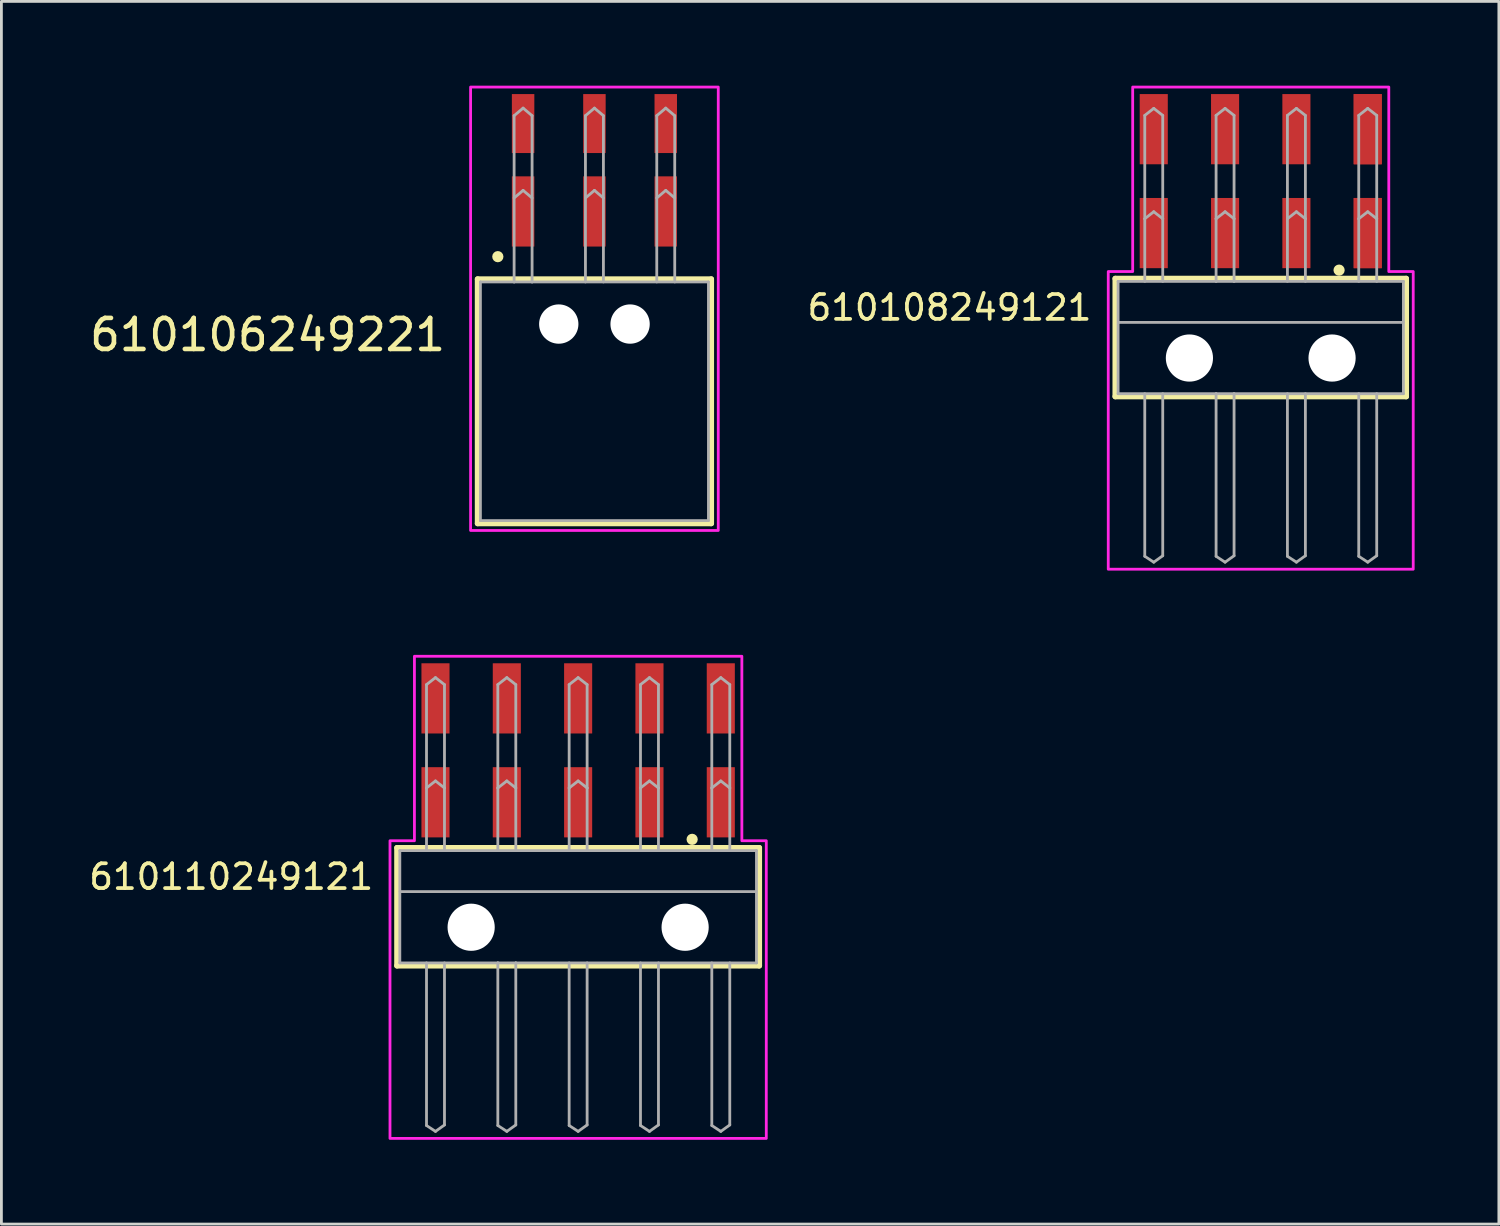
<source format=kicad_pcb>
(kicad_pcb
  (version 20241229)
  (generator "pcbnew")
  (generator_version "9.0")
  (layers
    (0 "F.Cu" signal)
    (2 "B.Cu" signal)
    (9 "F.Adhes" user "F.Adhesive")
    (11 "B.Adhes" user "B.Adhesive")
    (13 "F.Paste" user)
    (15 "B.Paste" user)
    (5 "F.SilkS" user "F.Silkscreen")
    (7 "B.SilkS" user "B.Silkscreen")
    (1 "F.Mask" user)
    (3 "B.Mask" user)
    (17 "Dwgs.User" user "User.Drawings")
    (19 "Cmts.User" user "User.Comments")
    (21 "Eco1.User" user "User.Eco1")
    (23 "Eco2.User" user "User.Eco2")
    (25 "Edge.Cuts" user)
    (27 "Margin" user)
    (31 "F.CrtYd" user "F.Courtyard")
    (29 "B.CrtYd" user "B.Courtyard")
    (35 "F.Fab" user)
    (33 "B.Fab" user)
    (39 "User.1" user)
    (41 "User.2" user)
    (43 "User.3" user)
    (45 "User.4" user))
  (footprint "610106249221"
    (layer "F.Cu")
    (at 18.118 11.24)
    (property "Reference" "610106249221" (at -5.216 -1.72 0) (unlocked yes) (layer "F.SilkS") (effects (font (size 1.105 1.105) (thickness 0.165)) (justify right bottom)))
    (fp_line (start -4.16 -4.35) (end 4.16 -4.35) (stroke (width 0.2) (type solid)) (layer "F.SilkS"))
    (fp_line (start -4.16 4.35) (end -4.16 -4.35) (stroke (width 0.2) (type solid)) (layer "F.SilkS"))
    (fp_line (start 4.16 -4.35) (end 4.16 4.35) (stroke (width 0.2) (type solid)) (layer "F.SilkS"))
    (fp_line (start 4.16 4.35) (end -4.16 4.35) (stroke (width 0.2) (type solid)) (layer "F.SilkS"))
    (fp_circle (center -3.44 -5.15) (end -3.34 -5.15) (stroke (width 0.2) (type solid)) (fill no) (layer "F.SilkS"))
    (fp_poly (pts (xy 4.41 4.6) (xy -4.41 4.6) (xy -4.41 -11.19) (xy 4.41 -11.19)) (stroke (width 0.1) (type default)) (fill no) (layer "F.CrtYd"))
    (fp_line (start -4.06 -4.25) (end -4.06 4.25) (stroke (width 0.1) (type solid)) (layer "F.Fab"))
    (fp_line (start -2.86 -10.17) (end -2.86 -4.25) (stroke (width 0.1) (type solid)) (layer "F.Fab"))
    (fp_line (start -2.86 -10.17) (end -2.54 -10.44) (stroke (width 0.1) (type solid)) (layer "F.Fab"))
    (fp_line (start -2.86 -7.24) (end -2.54 -7.51) (stroke (width 0.1) (type solid)) (layer "F.Fab"))
    (fp_line (start -2.86 -4.25) (end -4.06 -4.25) (stroke (width 0.1) (type solid)) (layer "F.Fab"))
    (fp_line (start -2.54 -10.44) (end -2.22 -10.17) (stroke (width 0.1) (type solid)) (layer "F.Fab"))
    (fp_line (start -2.54 -7.51) (end -2.22 -7.24) (stroke (width 0.1) (type solid)) (layer "F.Fab"))
    (fp_line (start -2.22 -10.17) (end -2.22 -4.25) (stroke (width 0.1) (type solid)) (layer "F.Fab"))
    (fp_line (start -2.22 -4.25) (end -2.86 -4.25) (stroke (width 0.1) (type solid)) (layer "F.Fab"))
    (fp_line (start -0.32 -10.17) (end -0.32 -4.25) (stroke (width 0.1) (type solid)) (layer "F.Fab"))
    (fp_line (start -0.32 -10.17) (end 0 -10.44) (stroke (width 0.1) (type solid)) (layer "F.Fab"))
    (fp_line (start -0.32 -7.24) (end 0 -7.51) (stroke (width 0.1) (type solid)) (layer "F.Fab"))
    (fp_line (start 0 -10.44) (end 0.32 -10.17) (stroke (width 0.1) (type solid)) (layer "F.Fab"))
    (fp_line (start 0 -7.51) (end 0.32 -7.24) (stroke (width 0.1) (type solid)) (layer "F.Fab"))
    (fp_line (start 0.32 -10.17) (end 0.32 -4.25) (stroke (width 0.1) (type solid)) (layer "F.Fab"))
    (fp_line (start 2.22 -10.17) (end 2.22 -4.25) (stroke (width 0.1) (type solid)) (layer "F.Fab"))
    (fp_line (start 2.22 -10.17) (end 2.54 -10.44) (stroke (width 0.1) (type solid)) (layer "F.Fab"))
    (fp_line (start 2.22 -7.24) (end 2.54 -7.51) (stroke (width 0.1) (type solid)) (layer "F.Fab"))
    (fp_line (start 2.54 -10.44) (end 2.86 -10.17) (stroke (width 0.1) (type solid)) (layer "F.Fab"))
    (fp_line (start 2.54 -7.51) (end 2.86 -7.24) (stroke (width 0.1) (type solid)) (layer "F.Fab"))
    (fp_line (start 2.86 -10.17) (end 2.86 -4.25) (stroke (width 0.1) (type solid)) (layer "F.Fab"))
    (fp_line (start 4.06 -4.25) (end -2.22 -4.25) (stroke (width 0.1) (type solid)) (layer "F.Fab"))
    (fp_line (start 4.06 -4.25) (end 4.06 4.25) (stroke (width 0.1) (type solid)) (layer "F.Fab"))
    (fp_line (start 4.06 4.25) (end -4.06 4.25) (stroke (width 0.1) (type solid)) (layer "F.Fab"))
    (pad "" np_thru_hole circle (at -1.27 -2.75) (size 1.4 1.4) (drill 1.4) (layers "*.Cu" "*.Mask"))
    (pad "" np_thru_hole circle (at 1.27 -2.75) (size 1.4 1.4) (drill 1.4) (layers "*.Cu" "*.Mask"))
    (pad "1" smd rect (at -2.54 -6.76 180) (size 0.8 2.5) (layers "F.Cu" "F.Mask" "F.Paste"))
    (pad "2" smd rect (at -2.54 -9.89 180) (size 0.8 2.1) (layers "F.Cu" "F.Mask" "F.Paste"))
    (pad "3" smd rect (at 0 -6.76 180) (size 0.8 2.5) (layers "F.Cu" "F.Mask" "F.Paste"))
    (pad "4" smd rect (at 0 -9.89 180) (size 0.8 2.1) (layers "F.Cu" "F.Mask" "F.Paste"))
    (pad "5" smd rect (at 2.54 -6.76 180) (size 0.8 2.5) (layers "F.Cu" "F.Mask" "F.Paste"))
    (pad "6" smd rect (at 2.54 -9.89 180) (size 0.8 2.1) (layers "F.Cu" "F.Mask" "F.Paste")))
  (footprint "610108249121"
    (layer "F.Cu")
    (at 41.846 9.7)
    (property "Reference" "610108249121" (at -5.946 -1.28 0) (unlocked yes) (layer "F.SilkS") (effects (font (size 0.884 0.884) (thickness 0.132)) (justify right bottom)))
    (fp_line (start -5.18 -2.83) (end 5.18 -2.83) (stroke (width 0.2) (type solid)) (layer "F.SilkS"))
    (fp_line (start -5.18 1.37) (end -5.18 -2.83) (stroke (width 0.2) (type solid)) (layer "F.SilkS"))
    (fp_line (start 5.18 -2.83) (end 5.18 1.37) (stroke (width 0.2) (type solid)) (layer "F.SilkS"))
    (fp_line (start 5.18 1.37) (end -5.18 1.37) (stroke (width 0.2) (type solid)) (layer "F.SilkS"))
    (fp_circle (center 2.79 -3.13) (end 2.89 -3.13) (stroke (width 0.2) (type solid)) (fill no) (layer "F.SilkS"))
    (fp_poly (pts (xy 4.56 -3.08) (xy 5.43 -3.08) (xy 5.43 7.52) (xy -5.43 7.52) (xy -5.43 -3.08) (xy -4.56 -3.08) (xy -4.56 -9.65) (xy 4.56 -9.65)) (stroke (width 0.1) (type default)) (fill no) (layer "F.CrtYd"))
    (fp_line (start -5.08 -2.73) (end -5.08 1.27) (stroke (width 0.1) (type solid)) (layer "F.Fab"))
    (fp_line (start -5.07 -1.27) (end 5.07 -1.27) (stroke (width 0.1) (type solid)) (layer "F.Fab"))
    (fp_line (start -4.13 -4.96) (end -4.13 -8.64) (stroke (width 0.1) (type solid)) (layer "F.Fab"))
    (fp_line (start -4.13 -2.73) (end -4.13 -4.96) (stroke (width 0.1) (type solid)) (layer "F.Fab"))
    (fp_line (start -4.13 1.27) (end -4.13 7.06) (stroke (width 0.1) (type solid)) (layer "F.Fab"))
    (fp_line (start -4.13 7.06) (end -3.81 7.27) (stroke (width 0.1) (type solid)) (layer "F.Fab"))
    (fp_line (start -3.81 -8.89) (end -4.13 -8.64) (stroke (width 0.1) (type solid)) (layer "F.Fab"))
    (fp_line (start -3.81 -8.89) (end -3.49 -8.64) (stroke (width 0.1) (type solid)) (layer "F.Fab"))
    (fp_line (start -3.81 -5.21) (end -4.13 -4.96) (stroke (width 0.1) (type solid)) (layer "F.Fab"))
    (fp_line (start -3.81 -5.21) (end -3.49 -4.96) (stroke (width 0.1) (type solid)) (layer "F.Fab"))
    (fp_line (start -3.81 7.27) (end -3.49 7.04) (stroke (width 0.1) (type solid)) (layer "F.Fab"))
    (fp_line (start -3.49 -8.64) (end -3.49 -4.96) (stroke (width 0.1) (type solid)) (layer "F.Fab"))
    (fp_line (start -3.49 -4.96) (end -3.49 -2.73) (stroke (width 0.1) (type solid)) (layer "F.Fab"))
    (fp_line (start -3.49 7.04) (end -3.49 1.27) (stroke (width 0.1) (type solid)) (layer "F.Fab"))
    (fp_line (start -1.59 -4.96) (end -1.59 -8.64) (stroke (width 0.1) (type solid)) (layer "F.Fab"))
    (fp_line (start -1.59 -2.73) (end -5.08 -2.73) (stroke (width 0.1) (type solid)) (layer "F.Fab"))
    (fp_line (start -1.59 -2.73) (end -1.59 -4.96) (stroke (width 0.1) (type solid)) (layer "F.Fab"))
    (fp_line (start -1.59 1.27) (end -5.08 1.27) (stroke (width 0.1) (type solid)) (layer "F.Fab"))
    (fp_line (start -1.59 1.27) (end -1.59 7.06) (stroke (width 0.1) (type solid)) (layer "F.Fab"))
    (fp_line (start -1.59 7.06) (end -1.27 7.27) (stroke (width 0.1) (type solid)) (layer "F.Fab"))
    (fp_line (start -1.27 -8.89) (end -1.59 -8.64) (stroke (width 0.1) (type solid)) (layer "F.Fab"))
    (fp_line (start -1.27 -8.89) (end -0.95 -8.64) (stroke (width 0.1) (type solid)) (layer "F.Fab"))
    (fp_line (start -1.27 -5.21) (end -1.59 -4.96) (stroke (width 0.1) (type solid)) (layer "F.Fab"))
    (fp_line (start -1.27 -5.21) (end -0.95 -4.96) (stroke (width 0.1) (type solid)) (layer "F.Fab"))
    (fp_line (start -1.27 7.27) (end -0.95 7.04) (stroke (width 0.1) (type solid)) (layer "F.Fab"))
    (fp_line (start -0.95 -8.64) (end -0.95 -4.96) (stroke (width 0.1) (type solid)) (layer "F.Fab"))
    (fp_line (start -0.95 -4.96) (end -0.95 -2.73) (stroke (width 0.1) (type solid)) (layer "F.Fab"))
    (fp_line (start -0.95 -2.73) (end -1.59 -2.73) (stroke (width 0.1) (type solid)) (layer "F.Fab"))
    (fp_line (start -0.95 1.27) (end -1.59 1.27) (stroke (width 0.1) (type solid)) (layer "F.Fab"))
    (fp_line (start -0.95 7.04) (end -0.95 1.27) (stroke (width 0.1) (type solid)) (layer "F.Fab"))
    (fp_line (start 0.95 -4.96) (end 0.95 -8.64) (stroke (width 0.1) (type solid)) (layer "F.Fab"))
    (fp_line (start 0.95 -2.73) (end 0.95 -4.96) (stroke (width 0.1) (type solid)) (layer "F.Fab"))
    (fp_line (start 0.95 1.27) (end 0.95 7.06) (stroke (width 0.1) (type solid)) (layer "F.Fab"))
    (fp_line (start 0.95 7.06) (end 1.27 7.27) (stroke (width 0.1) (type solid)) (layer "F.Fab"))
    (fp_line (start 1.27 -8.89) (end 0.95 -8.64) (stroke (width 0.1) (type solid)) (layer "F.Fab"))
    (fp_line (start 1.27 -8.89) (end 1.59 -8.64) (stroke (width 0.1) (type solid)) (layer "F.Fab"))
    (fp_line (start 1.27 -5.21) (end 0.95 -4.96) (stroke (width 0.1) (type solid)) (layer "F.Fab"))
    (fp_line (start 1.27 -5.21) (end 1.59 -4.96) (stroke (width 0.1) (type solid)) (layer "F.Fab"))
    (fp_line (start 1.27 7.27) (end 1.59 7.04) (stroke (width 0.1) (type solid)) (layer "F.Fab"))
    (fp_line (start 1.59 -8.64) (end 1.59 -4.96) (stroke (width 0.1) (type solid)) (layer "F.Fab"))
    (fp_line (start 1.59 -4.96) (end 1.59 -2.73) (stroke (width 0.1) (type solid)) (layer "F.Fab"))
    (fp_line (start 1.59 7.04) (end 1.59 1.27) (stroke (width 0.1) (type solid)) (layer "F.Fab"))
    (fp_line (start 3.49 -4.96) (end 3.49 -8.64) (stroke (width 0.1) (type solid)) (layer "F.Fab"))
    (fp_line (start 3.49 -2.73) (end 3.49 -4.96) (stroke (width 0.1) (type solid)) (layer "F.Fab"))
    (fp_line (start 3.49 1.27) (end 3.49 7.06) (stroke (width 0.1) (type solid)) (layer "F.Fab"))
    (fp_line (start 3.49 7.06) (end 3.81 7.27) (stroke (width 0.1) (type solid)) (layer "F.Fab"))
    (fp_line (start 3.81 -8.89) (end 3.49 -8.64) (stroke (width 0.1) (type solid)) (layer "F.Fab"))
    (fp_line (start 3.81 -8.89) (end 4.13 -8.64) (stroke (width 0.1) (type solid)) (layer "F.Fab"))
    (fp_line (start 3.81 -5.21) (end 3.49 -4.96) (stroke (width 0.1) (type solid)) (layer "F.Fab"))
    (fp_line (start 3.81 -5.21) (end 4.13 -4.96) (stroke (width 0.1) (type solid)) (layer "F.Fab"))
    (fp_line (start 3.81 7.27) (end 4.13 7.04) (stroke (width 0.1) (type solid)) (layer "F.Fab"))
    (fp_line (start 4.13 -8.64) (end 4.13 -4.96) (stroke (width 0.1) (type solid)) (layer "F.Fab"))
    (fp_line (start 4.13 -4.96) (end 4.13 -2.73) (stroke (width 0.1) (type solid)) (layer "F.Fab"))
    (fp_line (start 4.13 7.04) (end 4.13 1.27) (stroke (width 0.1) (type solid)) (layer "F.Fab"))
    (fp_line (start 5.08 -2.73) (end -0.95 -2.73) (stroke (width 0.1) (type solid)) (layer "F.Fab"))
    (fp_line (start 5.08 -2.73) (end 5.08 1.27) (stroke (width 0.1) (type solid)) (layer "F.Fab"))
    (fp_line (start 5.08 1.27) (end -0.95 1.27) (stroke (width 0.1) (type solid)) (layer "F.Fab"))
    (pad "" np_thru_hole circle (at -2.54 0) (size 1.68 1.68) (drill 1.68) (layers "*.Cu" "*.Mask"))
    (pad "" np_thru_hole circle (at 2.54 0) (size 1.68 1.68) (drill 1.68) (layers "*.Cu" "*.Mask"))
    (pad "1" smd rect (at 3.81 -4.45) (size 1 2.5) (layers "F.Cu" "F.Mask" "F.Paste"))
    (pad "2" smd rect (at 3.81 -8.15) (size 1 2.5) (layers "F.Cu" "F.Mask" "F.Paste"))
    (pad "3" smd rect (at 1.27 -4.45) (size 1 2.5) (layers "F.Cu" "F.Mask" "F.Paste"))
    (pad "4" smd rect (at 1.27 -8.15) (size 1 2.5) (layers "F.Cu" "F.Mask" "F.Paste"))
    (pad "5" smd rect (at -1.27 -4.45) (size 1 2.5) (layers "F.Cu" "F.Mask" "F.Paste"))
    (pad "6" smd rect (at -1.27 -8.15 180) (size 1 2.5) (layers "F.Cu" "F.Mask" "F.Paste"))
    (pad "7" smd rect (at -3.81 -4.45) (size 1 2.5) (layers "F.Cu" "F.Mask" "F.Paste"))
    (pad "8" smd rect (at -3.81 -8.15 180) (size 1 2.5) (layers "F.Cu" "F.Mask" "F.Paste"))
    (pad "9" smd rect (at 3.81 -8.15) (size 1 2.5) (layers "F.Cu" "F.Mask" "F.Paste"))
    (pad "10" smd rect (at 3.81 -4.45) (size 1 2.5) (layers "F.Cu" "F.Mask" "F.Paste")))
  (footprint "610110249121"
    (layer "F.Cu")
    (at 17.538 29.97)
    (property "Reference" "610110249121" (at -7.216 -1.28 0) (unlocked yes) (layer "F.SilkS") (effects (font (size 0.884 0.884) (thickness 0.132)) (justify right bottom)))
    (fp_line (start -6.45 -2.83) (end 6.45 -2.83) (stroke (width 0.2) (type solid)) (layer "F.SilkS"))
    (fp_line (start -6.45 1.37) (end -6.45 -2.83) (stroke (width 0.2) (type solid)) (layer "F.SilkS"))
    (fp_line (start 6.45 -2.83) (end 6.45 1.37) (stroke (width 0.2) (type solid)) (layer "F.SilkS"))
    (fp_line (start 6.45 1.37) (end -6.45 1.37) (stroke (width 0.2) (type solid)) (layer "F.SilkS"))
    (fp_circle (center 4.06 -3.13) (end 4.16 -3.13) (stroke (width 0.2) (type solid)) (fill no) (layer "F.SilkS"))
    (fp_poly (pts (xy 5.83 -3.08) (xy 6.7 -3.08) (xy 6.7 7.52) (xy -6.7 7.52) (xy -6.7 -3.08) (xy -5.83 -3.08) (xy -5.83 -9.65) (xy 5.83 -9.65)) (stroke (width 0.1) (type default)) (fill no) (layer "F.CrtYd"))
    (fp_line (start -6.35 -2.73) (end -6.35 1.27) (stroke (width 0.1) (type solid)) (layer "F.Fab"))
    (fp_line (start -6.34 -1.27) (end 6.34 -1.27) (stroke (width 0.1) (type solid)) (layer "F.Fab"))
    (fp_line (start -5.4 -4.96) (end -5.4 -8.64) (stroke (width 0.1) (type solid)) (layer "F.Fab"))
    (fp_line (start -5.4 -2.73) (end -5.4 -4.96) (stroke (width 0.1) (type solid)) (layer "F.Fab"))
    (fp_line (start -5.4 1.27) (end -5.4 7.06) (stroke (width 0.1) (type solid)) (layer "F.Fab"))
    (fp_line (start -5.4 7.06) (end -5.08 7.27) (stroke (width 0.1) (type solid)) (layer "F.Fab"))
    (fp_line (start -5.08 -8.89) (end -5.4 -8.64) (stroke (width 0.1) (type solid)) (layer "F.Fab"))
    (fp_line (start -5.08 -8.89) (end -4.76 -8.64) (stroke (width 0.1) (type solid)) (layer "F.Fab"))
    (fp_line (start -5.08 -5.21) (end -5.4 -4.96) (stroke (width 0.1) (type solid)) (layer "F.Fab"))
    (fp_line (start -5.08 -5.21) (end -4.76 -4.96) (stroke (width 0.1) (type solid)) (layer "F.Fab"))
    (fp_line (start -5.08 7.27) (end -4.76 7.04) (stroke (width 0.1) (type solid)) (layer "F.Fab"))
    (fp_line (start -4.76 -8.64) (end -4.76 -4.96) (stroke (width 0.1) (type solid)) (layer "F.Fab"))
    (fp_line (start -4.76 -4.96) (end -4.76 -2.73) (stroke (width 0.1) (type solid)) (layer "F.Fab"))
    (fp_line (start -4.76 7.04) (end -4.76 1.27) (stroke (width 0.1) (type solid)) (layer "F.Fab"))
    (fp_line (start -2.86 -4.96) (end -2.86 -8.64) (stroke (width 0.1) (type solid)) (layer "F.Fab"))
    (fp_line (start -2.86 -2.73) (end -6.35 -2.73) (stroke (width 0.1) (type solid)) (layer "F.Fab"))
    (fp_line (start -2.86 -2.73) (end -2.86 -4.96) (stroke (width 0.1) (type solid)) (layer "F.Fab"))
    (fp_line (start -2.86 1.27) (end -6.35 1.27) (stroke (width 0.1) (type solid)) (layer "F.Fab"))
    (fp_line (start -2.86 1.27) (end -2.86 7.06) (stroke (width 0.1) (type solid)) (layer "F.Fab"))
    (fp_line (start -2.86 7.06) (end -2.54 7.27) (stroke (width 0.1) (type solid)) (layer "F.Fab"))
    (fp_line (start -2.54 -8.89) (end -2.86 -8.64) (stroke (width 0.1) (type solid)) (layer "F.Fab"))
    (fp_line (start -2.54 -8.89) (end -2.22 -8.64) (stroke (width 0.1) (type solid)) (layer "F.Fab"))
    (fp_line (start -2.54 -5.21) (end -2.86 -4.96) (stroke (width 0.1) (type solid)) (layer "F.Fab"))
    (fp_line (start -2.54 -5.21) (end -2.22 -4.96) (stroke (width 0.1) (type solid)) (layer "F.Fab"))
    (fp_line (start -2.54 7.27) (end -2.22 7.04) (stroke (width 0.1) (type solid)) (layer "F.Fab"))
    (fp_line (start -2.22 -8.64) (end -2.22 -4.96) (stroke (width 0.1) (type solid)) (layer "F.Fab"))
    (fp_line (start -2.22 -4.96) (end -2.22 -2.73) (stroke (width 0.1) (type solid)) (layer "F.Fab"))
    (fp_line (start -2.22 -2.73) (end -2.86 -2.73) (stroke (width 0.1) (type solid)) (layer "F.Fab"))
    (fp_line (start -2.22 1.27) (end -2.86 1.27) (stroke (width 0.1) (type solid)) (layer "F.Fab"))
    (fp_line (start -2.22 7.04) (end -2.22 1.27) (stroke (width 0.1) (type solid)) (layer "F.Fab"))
    (fp_line (start -0.32 -4.96) (end -0.32 -8.64) (stroke (width 0.1) (type solid)) (layer "F.Fab"))
    (fp_line (start -0.32 -2.73) (end -0.32 -4.96) (stroke (width 0.1) (type solid)) (layer "F.Fab"))
    (fp_line (start -0.32 1.27) (end -0.32 7.06) (stroke (width 0.1) (type solid)) (layer "F.Fab"))
    (fp_line (start -0.32 7.06) (end 0 7.27) (stroke (width 0.1) (type solid)) (layer "F.Fab"))
    (fp_line (start 0 -8.89) (end -0.32 -8.64) (stroke (width 0.1) (type solid)) (layer "F.Fab"))
    (fp_line (start 0 -8.89) (end 0.32 -8.64) (stroke (width 0.1) (type solid)) (layer "F.Fab"))
    (fp_line (start 0 -5.21) (end -0.32 -4.96) (stroke (width 0.1) (type solid)) (layer "F.Fab"))
    (fp_line (start 0 -5.21) (end 0.32 -4.96) (stroke (width 0.1) (type solid)) (layer "F.Fab"))
    (fp_line (start 0 7.27) (end 0.32 7.04) (stroke (width 0.1) (type solid)) (layer "F.Fab"))
    (fp_line (start 0.32 -8.64) (end 0.32 -4.96) (stroke (width 0.1) (type solid)) (layer "F.Fab"))
    (fp_line (start 0.32 -4.96) (end 0.32 -2.73) (stroke (width 0.1) (type solid)) (layer "F.Fab"))
    (fp_line (start 0.32 7.04) (end 0.32 1.27) (stroke (width 0.1) (type solid)) (layer "F.Fab"))
    (fp_line (start 2.22 -4.96) (end 2.22 -8.64) (stroke (width 0.1) (type solid)) (layer "F.Fab"))
    (fp_line (start 2.22 -2.73) (end 2.22 -4.96) (stroke (width 0.1) (type solid)) (layer "F.Fab"))
    (fp_line (start 2.22 1.27) (end 2.22 7.06) (stroke (width 0.1) (type solid)) (layer "F.Fab"))
    (fp_line (start 2.22 7.06) (end 2.54 7.27) (stroke (width 0.1) (type solid)) (layer "F.Fab"))
    (fp_line (start 2.54 -8.89) (end 2.22 -8.64) (stroke (width 0.1) (type solid)) (layer "F.Fab"))
    (fp_line (start 2.54 -8.89) (end 2.86 -8.64) (stroke (width 0.1) (type solid)) (layer "F.Fab"))
    (fp_line (start 2.54 -5.21) (end 2.22 -4.96) (stroke (width 0.1) (type solid)) (layer "F.Fab"))
    (fp_line (start 2.54 -5.21) (end 2.86 -4.96) (stroke (width 0.1) (type solid)) (layer "F.Fab"))
    (fp_line (start 2.54 7.27) (end 2.86 7.04) (stroke (width 0.1) (type solid)) (layer "F.Fab"))
    (fp_line (start 2.86 -8.64) (end 2.86 -4.96) (stroke (width 0.1) (type solid)) (layer "F.Fab"))
    (fp_line (start 2.86 -4.96) (end 2.86 -2.73) (stroke (width 0.1) (type solid)) (layer "F.Fab"))
    (fp_line (start 2.86 7.04) (end 2.86 1.27) (stroke (width 0.1) (type solid)) (layer "F.Fab"))
    (fp_line (start 4.76 -4.96) (end 4.76 -8.64) (stroke (width 0.1) (type solid)) (layer "F.Fab"))
    (fp_line (start 4.76 -2.73) (end 4.76 -4.96) (stroke (width 0.1) (type solid)) (layer "F.Fab"))
    (fp_line (start 4.76 1.27) (end 4.76 7.06) (stroke (width 0.1) (type solid)) (layer "F.Fab"))
    (fp_line (start 4.76 7.06) (end 5.08 7.27) (stroke (width 0.1) (type solid)) (layer "F.Fab"))
    (fp_line (start 5.08 -8.89) (end 4.76 -8.64) (stroke (width 0.1) (type solid)) (layer "F.Fab"))
    (fp_line (start 5.08 -8.89) (end 5.4 -8.64) (stroke (width 0.1) (type solid)) (layer "F.Fab"))
    (fp_line (start 5.08 -5.21) (end 4.76 -4.96) (stroke (width 0.1) (type solid)) (layer "F.Fab"))
    (fp_line (start 5.08 -5.21) (end 5.4 -4.96) (stroke (width 0.1) (type solid)) (layer "F.Fab"))
    (fp_line (start 5.08 7.27) (end 5.4 7.04) (stroke (width 0.1) (type solid)) (layer "F.Fab"))
    (fp_line (start 5.4 -8.64) (end 5.4 -4.96) (stroke (width 0.1) (type solid)) (layer "F.Fab"))
    (fp_line (start 5.4 -4.96) (end 5.4 -2.73) (stroke (width 0.1) (type solid)) (layer "F.Fab"))
    (fp_line (start 5.4 7.04) (end 5.4 1.27) (stroke (width 0.1) (type solid)) (layer "F.Fab"))
    (fp_line (start 6.35 -2.73) (end -2.22 -2.73) (stroke (width 0.1) (type solid)) (layer "F.Fab"))
    (fp_line (start 6.35 -2.73) (end 6.35 1.27) (stroke (width 0.1) (type solid)) (layer "F.Fab"))
    (fp_line (start 6.35 1.27) (end -2.22 1.27) (stroke (width 0.1) (type solid)) (layer "F.Fab"))
    (pad "" np_thru_hole circle (at -3.81 0) (size 1.68 1.68) (drill 1.68) (layers "*.Cu" "*.Mask"))
    (pad "" np_thru_hole circle (at 3.81 0) (size 1.68 1.68) (drill 1.68) (layers "*.Cu" "*.Mask"))
    (pad "1" smd rect (at 5.08 -4.45) (size 1 2.5) (layers "F.Cu" "F.Mask" "F.Paste"))
    (pad "2" smd rect (at 5.08 -8.15) (size 1 2.5) (layers "F.Cu" "F.Mask" "F.Paste"))
    (pad "3" smd rect (at 2.54 -4.45) (size 1 2.5) (layers "F.Cu" "F.Mask" "F.Paste"))
    (pad "4" smd rect (at 2.54 -8.15) (size 1 2.5) (layers "F.Cu" "F.Mask" "F.Paste"))
    (pad "5" smd rect (at 0 -4.45) (size 1 2.5) (layers "F.Cu" "F.Mask" "F.Paste"))
    (pad "6" smd rect (at 0 -8.15 180) (size 1 2.5) (layers "F.Cu" "F.Mask" "F.Paste"))
    (pad "7" smd rect (at -2.54 -4.45) (size 1 2.5) (layers "F.Cu" "F.Mask" "F.Paste"))
    (pad "8" smd rect (at -2.54 -8.15 180) (size 1 2.5) (layers "F.Cu" "F.Mask" "F.Paste"))
    (pad "9" smd rect (at -5.08 -4.45) (size 1 2.5) (layers "F.Cu" "F.Mask" "F.Paste"))
    (pad "10" smd rect (at -5.08 -8.15 180) (size 1 2.5) (layers "F.Cu" "F.Mask" "F.Paste")))
  (gr_rect
    (start -3 -3)
    (end 50.326 40.54)
    (stroke (width 0.1) (type default))
    (fill no)
    (layer "Edge.Cuts")))
</source>
